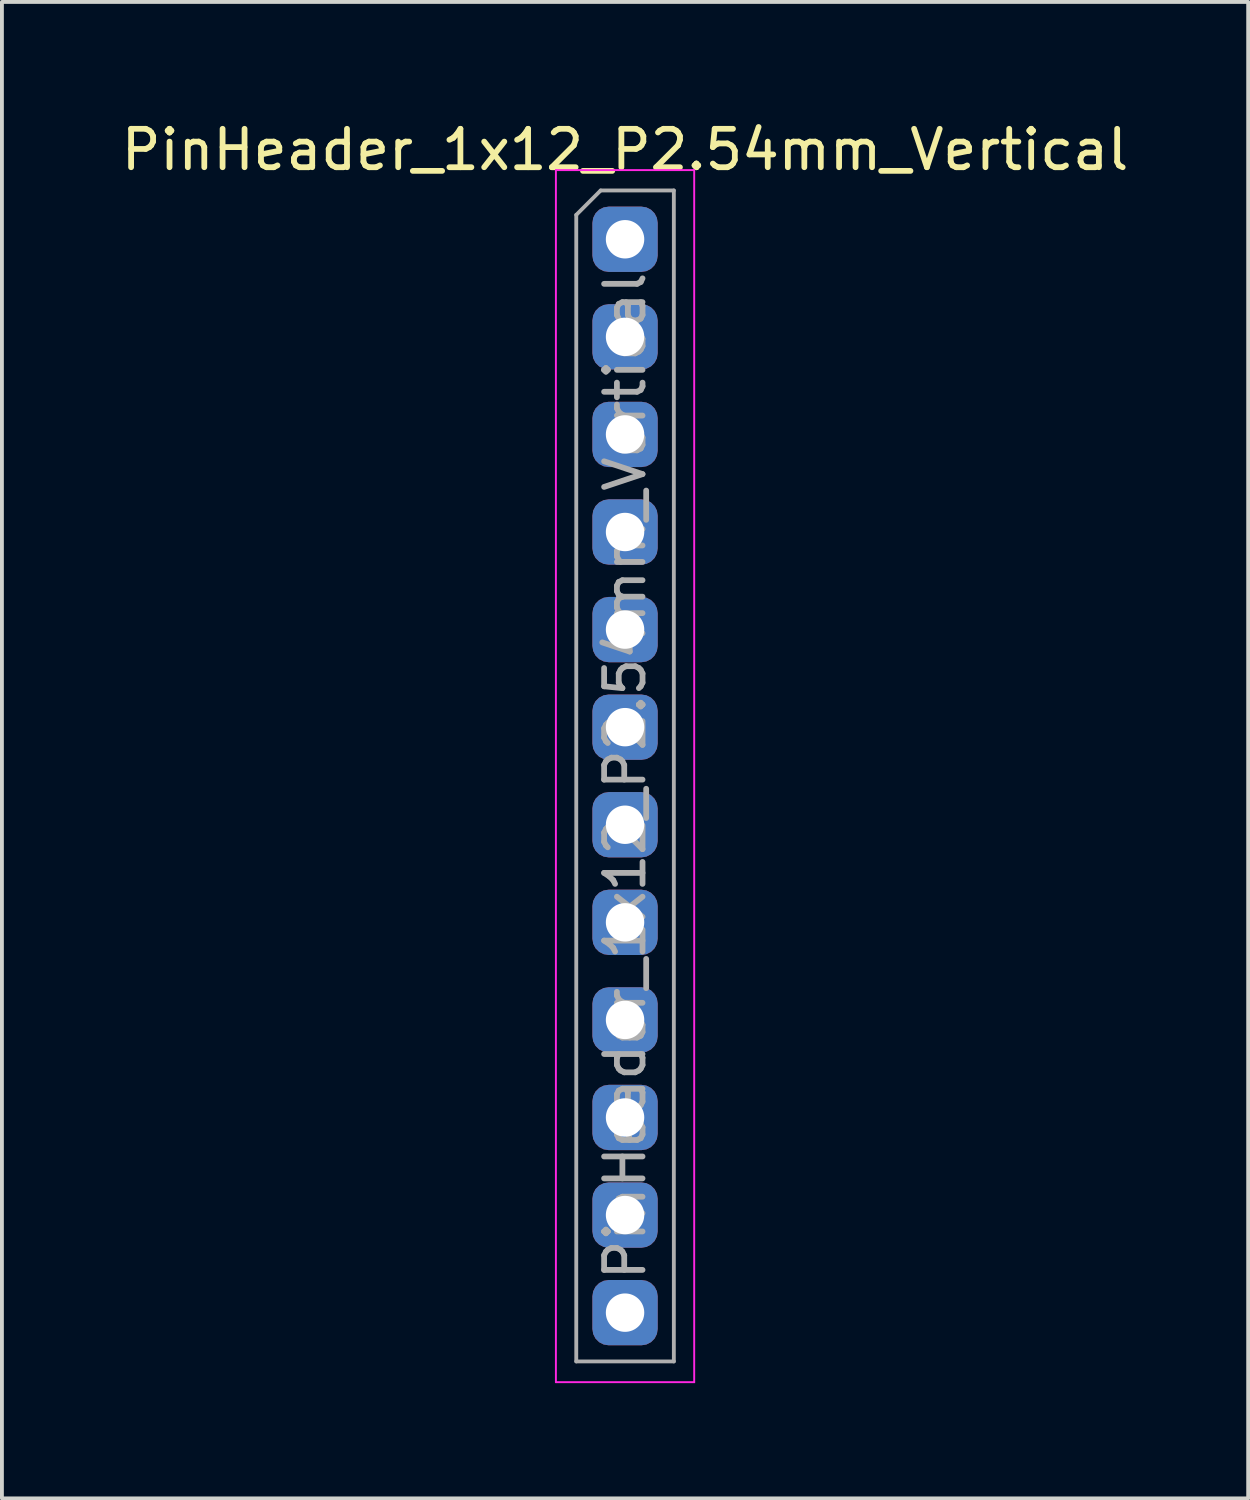
<source format=kicad_pcb>
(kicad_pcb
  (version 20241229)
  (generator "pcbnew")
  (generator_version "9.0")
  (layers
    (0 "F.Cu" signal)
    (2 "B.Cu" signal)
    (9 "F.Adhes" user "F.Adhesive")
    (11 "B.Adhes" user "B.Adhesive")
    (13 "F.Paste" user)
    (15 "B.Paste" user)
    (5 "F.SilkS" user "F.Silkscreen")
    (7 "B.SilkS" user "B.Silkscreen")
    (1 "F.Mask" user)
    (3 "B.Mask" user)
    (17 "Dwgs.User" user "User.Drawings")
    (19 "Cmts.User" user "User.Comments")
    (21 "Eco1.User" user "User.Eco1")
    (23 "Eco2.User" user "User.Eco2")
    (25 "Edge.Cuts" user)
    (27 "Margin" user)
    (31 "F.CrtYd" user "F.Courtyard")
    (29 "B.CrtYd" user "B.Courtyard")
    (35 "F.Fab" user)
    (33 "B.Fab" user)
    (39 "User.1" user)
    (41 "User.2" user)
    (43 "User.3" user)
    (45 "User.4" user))
  (footprint "PinHeader_1x12_P2.54mm_Vertical"
    (layer "F.Cu")
    (at 13.22 3.178)
    (property "Reference" "PinHeader_1x12_P2.54mm_Vertical" (at 0 -2.33 0) (layer "F.SilkS") (effects (font (size 1 1) (thickness 0.15))))
    (attr through_hole)
    (fp_line (start -1.8 -1.8) (end -1.8 29.75) (stroke (width 0.05) (type solid)) (layer "F.CrtYd"))
    (fp_line (start -1.8 29.75) (end 1.8 29.75) (stroke (width 0.05) (type solid)) (layer "F.CrtYd"))
    (fp_line (start 1.8 -1.8) (end -1.8 -1.8) (stroke (width 0.05) (type solid)) (layer "F.CrtYd"))
    (fp_line (start 1.8 29.75) (end 1.8 -1.8) (stroke (width 0.05) (type solid)) (layer "F.CrtYd"))
    (fp_line (start -1.27 -0.635) (end -0.635 -1.27) (stroke (width 0.1) (type solid)) (layer "F.Fab"))
    (fp_line (start -1.27 29.21) (end -1.27 -0.635) (stroke (width 0.1) (type solid)) (layer "F.Fab"))
    (fp_line (start -0.635 -1.27) (end 1.27 -1.27) (stroke (width 0.1) (type solid)) (layer "F.Fab"))
    (fp_line (start 1.27 -1.27) (end 1.27 29.21) (stroke (width 0.1) (type solid)) (layer "F.Fab"))
    (fp_line (start 1.27 29.21) (end -1.27 29.21) (stroke (width 0.1) (type solid)) (layer "F.Fab"))
    (fp_text user "${REFERENCE}" (at 0 13.97 90) (layer "F.Fab") (effects (font (size 1 1) (thickness 0.15))))
    (pad "1" thru_hole roundrect (at 0 0) (size 1.7 1.7) (drill 1) (layers "*.Cu" "*.Mask") (roundrect_rratio 0.25))
    (pad "2" thru_hole roundrect (at 0 2.54) (size 1.7 1.7) (drill 1) (layers "*.Cu" "*.Mask") (roundrect_rratio 0.25))
    (pad "3" thru_hole roundrect (at 0 5.08) (size 1.7 1.7) (drill 1) (layers "*.Cu" "*.Mask") (roundrect_rratio 0.25))
    (pad "4" thru_hole roundrect (at 0 7.62) (size 1.7 1.7) (drill 1) (layers "*.Cu" "*.Mask") (roundrect_rratio 0.25))
    (pad "5" thru_hole roundrect (at 0 10.16) (size 1.7 1.7) (drill 1) (layers "*.Cu" "*.Mask") (roundrect_rratio 0.25))
    (pad "6" thru_hole roundrect (at 0 12.7) (size 1.7 1.7) (drill 1) (layers "*.Cu" "*.Mask") (roundrect_rratio 0.25))
    (pad "7" thru_hole roundrect (at 0 15.24) (size 1.7 1.7) (drill 1) (layers "*.Cu" "*.Mask") (roundrect_rratio 0.25))
    (pad "8" thru_hole roundrect (at 0 17.78) (size 1.7 1.7) (drill 1) (layers "*.Cu" "*.Mask") (roundrect_rratio 0.25))
    (pad "9" thru_hole roundrect (at 0 20.32) (size 1.7 1.7) (drill 1) (layers "*.Cu" "*.Mask") (roundrect_rratio 0.25))
    (pad "10" thru_hole roundrect (at 0 22.86) (size 1.7 1.7) (drill 1) (layers "*.Cu" "*.Mask") (roundrect_rratio 0.25))
    (pad "11" thru_hole roundrect (at 0 25.4) (size 1.7 1.7) (drill 1) (layers "*.Cu" "*.Mask") (roundrect_rratio 0.25))
    (pad "12" thru_hole roundrect (at 0 27.94) (size 1.7 1.7) (drill 1) (layers "*.Cu" "*.Mask") (roundrect_rratio 0.25)))
  (gr_rect
    (start -3 -3)
    (end 29.44 35.953)
    (stroke (width 0.1) (type default))
    (fill no)
    (layer "Edge.Cuts")))
</source>
